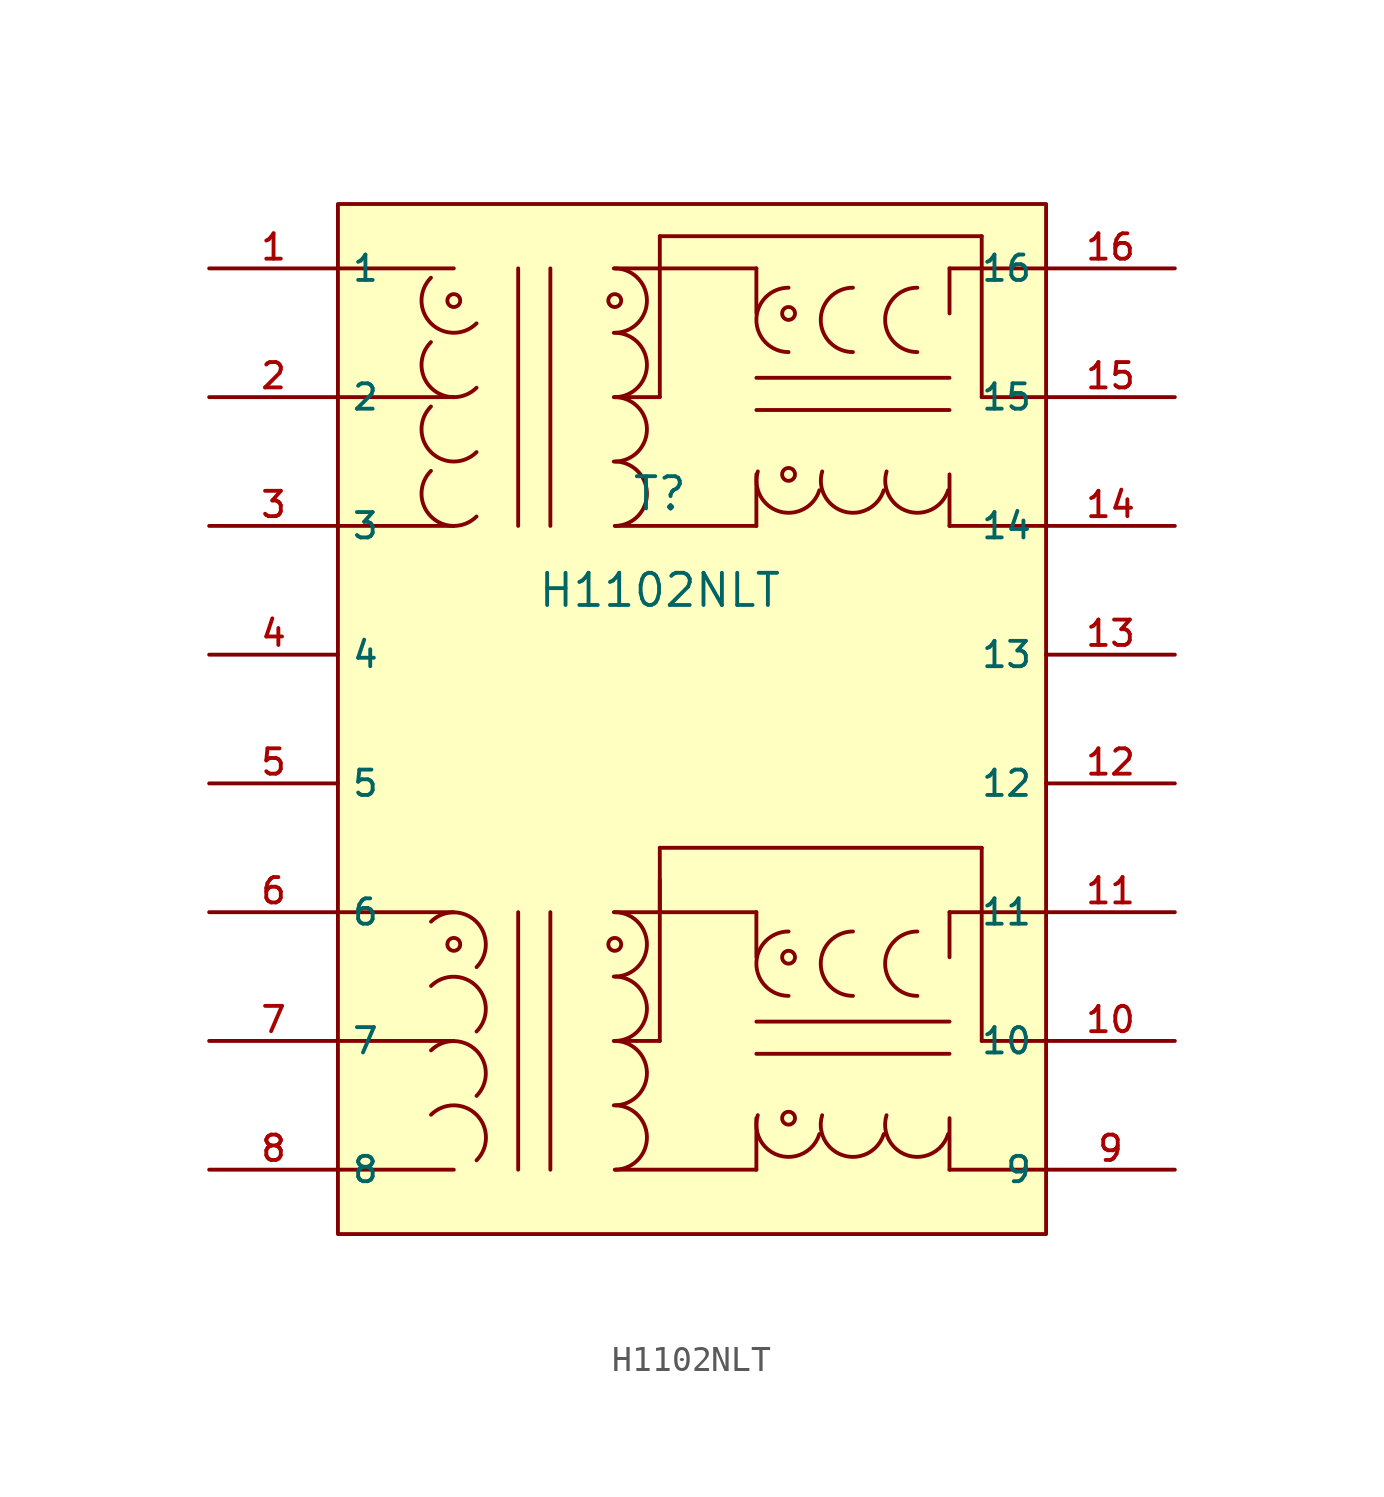
<source format=kicad_sym>
(kicad_symbol_lib
  (version 20210201)
  (generator TousstNicolas/JLC2KiCad_lib)
  (symbol "H1102NLT"
    (property "Reference" "T"
      (at 0 1.27 0)
      (effects (font (size 1.27 1.27))))
    (property "Value" "H1102NLT"
      (at 0 -2.54 0)
      (effects (font (size 1.27 1.27))))
    (symbol "H1102NLT_0_1"
      (polyline (pts (xy -12.7 -0.0) (xy -8.128 -0.0)) (stroke (width 0) (type default) (color 0 0 0 0)) (fill (type none)))
      (polyline (pts (xy -12.7 5.08) (xy -8.128 5.08)) (stroke (width 0) (type default) (color 0 0 0 0)) (fill (type none)))
      (polyline (pts (xy -12.7 10.16) (xy -8.128 10.16)) (stroke (width 0) (type default) (color 0 0 0 0)) (fill (type none)))
      (arc (start -7.22998884787078 -19.94806550823793) (mid -9.026043664194244 -19.94806550823793) (end -9.026043664194244 -18.15201069191447) (stroke (width 0) (type default) (color 0 0 0 0)) (fill (type none)))
      (arc (start -7.22998884787078 -22.488070588248092) (mid -9.026043664194244 -22.488070588248092) (end -9.026043664194244 -20.69201577192463) (stroke (width 0) (type default) (color 0 0 0 0)) (fill (type none)))
      (arc (start -7.22998884787078 -25.028075668258253) (mid -9.026043664194244 -25.028075668258253) (end -9.026043664194244 -23.232020851934788) (stroke (width 0) (type default) (color 0 0 0 0)) (fill (type none)))
      (arc (start -7.22998884787078 -17.408060428227774) (mid -9.026043664194244 -17.408060428227774) (end -9.026043664194244 -15.612005611904308) (stroke (width 0) (type default) (color 0 0 0 0)) (fill (type none)))
      (polyline (pts (xy -5.588 10.16) (xy -5.588 -0.0)) (stroke (width 0) (type default) (color 0 0 0 0)) (fill (type none)))
      (polyline (pts (xy -4.318 10.16) (xy -4.318 -0.0)) (stroke (width 0) (type default) (color 0 0 0 0)) (fill (type none)))
      (arc (start -1.7404843544124995 -20.319486286803624) (mid -3.0474516727767362 -19.087557193739382) (end -1.8155225965786201 -17.78058985947737) (stroke (width 0) (type default) (color 0 0 0 0)) (fill (type none)))
      (arc (start -1.7404843544124995 -22.859491366813785) (mid -3.0474516727767362 -21.627562273749543) (end -1.8155225965786201 -20.320594939487528) (stroke (width 0) (type default) (color 0 0 0 0)) (fill (type none)))
      (arc (start -1.7404843544124995 -25.399496446823946) (mid -3.0474516727767362 -24.1675673537597) (end -1.8155225965786201 -22.860600019497685) (stroke (width 0) (type default) (color 0 0 0 0)) (fill (type none)))
      (arc (start -1.7404843544124995 -17.779481206793466) (mid -3.0474516727767362 -16.54755211372922) (end -1.8155225965786201 -15.24058477946721) (stroke (width 0) (type default) (color 0 0 0 0)) (fill (type none)))
      (arc (start 10.16002032004064 -18.54203708407417) (mid 8.89001778003556 -17.27203454406909) (end 10.16002032004064 -16.00203200406401) (stroke (width 0) (type default) (color 0 0 0 0)) (fill (type none)))
      (arc (start 7.62001524003048 -18.54203708407417) (mid 6.350012700025401 -17.27203454406909) (end 7.62001524003048 -16.00203200406401) (stroke (width 0) (type default) (color 0 0 0 0)) (fill (type none)))
      (arc (start 5.08001016002032 -18.54203708407417) (mid 3.81000762001524 -17.27203454406909) (end 5.08001016002032 -16.00203200406401) (stroke (width 0) (type default) (color 0 0 0 0)) (fill (type none)))
      (arc (start 11.374326297640675 -23.994024991257117) (mid 9.788042572878016 -24.836353221694523) (end 8.945714342440606 -23.25006949693186) (stroke (width 0) (type default) (color 0 0 0 0)) (fill (type none)))
      (arc (start 8.834321217630515 -23.994024991257117) (mid 7.248037492867857 -24.836353221694523) (end 6.405709262430445 -23.25006949693186) (stroke (width 0) (type default) (color 0 0 0 0)) (fill (type none)))
      (arc (start 6.294316137620355 -23.994024991257117) (mid 4.708032412857697 -24.836353221694523) (end 3.8657041824202856 -23.25006949693186) (stroke (width 0) (type default) (color 0 0 0 0)) (fill (type none)))
      (polyline (pts (xy -1.778 10.16) (xy 3.81 10.16)) (stroke (width 0) (type default) (color 0 0 0 0)) (fill (type none)))
      (polyline (pts (xy 3.81 10.16) (xy 3.81 8.382)) (stroke (width 0) (type default) (color 0 0 0 0)) (fill (type none)))
      (polyline (pts (xy 3.81 -0.0) (xy -1.778 -0.0)) (stroke (width 0) (type default) (color 0 0 0 0)) (fill (type none)))
      (polyline (pts (xy 3.81 -0.0) (xy 3.81 2.032)) (stroke (width 0) (type default) (color 0 0 0 0)) (fill (type none)))
      (polyline (pts (xy 11.43 8.382) (xy 11.43 10.16)) (stroke (width 0) (type default) (color 0 0 0 0)) (fill (type none)))
      (polyline (pts (xy 11.43 2.032) (xy 11.43 -0.0)) (stroke (width 0) (type default) (color 0 0 0 0)) (fill (type none)))
      (polyline (pts (xy 3.81 4.572) (xy 11.43 4.572)) (stroke (width 0) (type default) (color 0 0 0 0)) (fill (type none)))
      (polyline (pts (xy 3.81 5.842) (xy 11.43 5.842)) (stroke (width 0) (type default) (color 0 0 0 0)) (fill (type none)))
      (polyline (pts (xy 12.7 5.08) (xy 12.7 11.43)) (stroke (width 0) (type default) (color 0 0 0 0)) (fill (type none)))
      (circle (center -8.128 8.89) (radius 0.254) (stroke (width 0) (type default) (color 0 0 0 0)) (fill (type background)))
      (circle (center -1.778 8.89) (radius 0.254) (stroke (width 0) (type default) (color 0 0 0 0)) (fill (type background)))
      (circle (center 5.08 8.382) (radius 0.254) (stroke (width 0) (type default) (color 0 0 0 0)) (fill (type background)))
      (polyline (pts (xy -1.778 5.08) (xy 0.0 5.08)) (stroke (width 0) (type default) (color 0 0 0 0)) (fill (type none)))
      (circle (center 5.08 2.032) (radius 0.254) (stroke (width 0) (type default) (color 0 0 0 0)) (fill (type background)))
      (polyline (pts (xy 0.0 5.08) (xy 0.0 11.43)) (stroke (width 0) (type default) (color 0 0 0 0)) (fill (type none)))
      (polyline (pts (xy 0.0 11.43) (xy 12.7 11.43)) (stroke (width 0) (type default) (color 0 0 0 0)) (fill (type none)))
      (polyline (pts (xy 11.43 10.16) (xy 15.24 10.16)) (stroke (width 0) (type default) (color 0 0 0 0)) (fill (type none)))
      (pin unspecified line (at 20.32 5.08 180) (length 5.08) (name "15" (effects (font (size 1 1)))) (number "15" (effects (font (size 1 1)))))
      (polyline (pts (xy 12.7 5.08) (xy 15.24 5.08)) (stroke (width 0) (type default) (color 0 0 0 0)) (fill (type none)))
      (pin unspecified line (at 20.32 10.16 180) (length 5.08) (name "16" (effects (font (size 1 1)))) (number "16" (effects (font (size 1 1)))))
      (pin unspecified line (at 20.32 -0.0 180) (length 5.08) (name "14" (effects (font (size 1 1)))) (number "14" (effects (font (size 1 1)))))
      (polyline (pts (xy 11.43 -0.0) (xy 15.24 -0.0)) (stroke (width 0) (type default) (color 0 0 0 0)) (fill (type none)))
      (polyline (pts (xy -12.7 -25.4) (xy -8.128 -25.4)) (stroke (width 0) (type default) (color 0 0 0 0)) (fill (type none)))
      (polyline (pts (xy -12.7 -20.32) (xy -8.128 -20.32)) (stroke (width 0) (type default) (color 0 0 0 0)) (fill (type none)))
      (polyline (pts (xy -12.7 -15.24) (xy -8.128 -15.24)) (stroke (width 0) (type default) (color 0 0 0 0)) (fill (type none)))
      (arc (start -7.22998884787078 5.451985291863669) (mid -9.026043664194244 5.451985291863669) (end -9.026043664194244 7.248040108187132) (stroke (width 0) (type default) (color 0 0 0 0)) (fill (type none)))
      (arc (start -7.22998884787078 2.9119802118535083) (mid -9.026043664194244 2.9119802118535083) (end -9.026043664194244 4.708035028176972) (stroke (width 0) (type default) (color 0 0 0 0)) (fill (type none)))
      (arc (start -7.22998884787078 0.3719751318433483) (mid -9.026043664194244 0.3719751318433483) (end -9.026043664194244 2.168029948166812) (stroke (width 0) (type default) (color 0 0 0 0)) (fill (type none)))
      (arc (start -7.22998884787078 7.991990371873829) (mid -9.026043664194244 7.991990371873829) (end -9.026043664194244 9.788045188197293) (stroke (width 0) (type default) (color 0 0 0 0)) (fill (type none)))
      (polyline (pts (xy -5.588 -15.24) (xy -5.588 -25.4)) (stroke (width 0) (type default) (color 0 0 0 0)) (fill (type none)))
      (polyline (pts (xy -4.318 -15.24) (xy -4.318 -25.4)) (stroke (width 0) (type default) (color 0 0 0 0)) (fill (type none)))
      (arc (start -1.7404843544124995 5.080564513297976) (mid -3.0474516727767362 6.312493606362218) (end -1.8155225965786201 7.619460940624233) (stroke (width 0) (type default) (color 0 0 0 0)) (fill (type none)))
      (arc (start -1.7404843544124995 2.5405594332878163) (mid -3.0474516727767362 3.7724885263520584) (end -1.8155225965786201 5.079455860614073) (stroke (width 0) (type default) (color 0 0 0 0)) (fill (type none)))
      (arc (start -1.7404843544124995 0.0005543532776551168) (mid -3.0474516727767362 1.2324834463418983) (end -1.8155225965786201 2.5394507806039126) (stroke (width 0) (type default) (color 0 0 0 0)) (fill (type none)))
      (arc (start -1.7404843544124995 7.6205695933081365) (mid -3.0474516727767362 8.852498686372382) (end -1.8155225965786201 10.159466020634396) (stroke (width 0) (type default) (color 0 0 0 0)) (fill (type none)))
      (arc (start 10.16002032004064 6.858013716027433) (mid 8.89001778003556 8.128016256032513) (end 10.16002032004064 9.398018796037592) (stroke (width 0) (type default) (color 0 0 0 0)) (fill (type none)))
      (arc (start 7.62001524003048 6.858013716027433) (mid 6.350012700025401 8.128016256032513) (end 7.62001524003048 9.398018796037592) (stroke (width 0) (type default) (color 0 0 0 0)) (fill (type none)))
      (arc (start 5.08001016002032 6.858013716027433) (mid 3.81000762001524 8.128016256032513) (end 5.08001016002032 9.398018796037592) (stroke (width 0) (type default) (color 0 0 0 0)) (fill (type none)))
      (arc (start 11.374326297640675 1.4060258088444846) (mid 9.788042572878016 0.5636975784070791) (end 8.945714342440606 2.1499813031697395) (stroke (width 0) (type default) (color 0 0 0 0)) (fill (type none)))
      (arc (start 8.834321217630515 1.4060258088444846) (mid 7.248037492867857 0.5636975784070791) (end 6.405709262430445 2.1499813031697395) (stroke (width 0) (type default) (color 0 0 0 0)) (fill (type none)))
      (arc (start 6.294316137620355 1.4060258088444846) (mid 4.708032412857697 0.5636975784070791) (end 3.8657041824202856 2.1499813031697395) (stroke (width 0) (type default) (color 0 0 0 0)) (fill (type none)))
      (polyline (pts (xy -1.778 -15.24) (xy 3.81 -15.24)) (stroke (width 0) (type default) (color 0 0 0 0)) (fill (type none)))
      (polyline (pts (xy 3.81 -15.24) (xy 3.81 -17.018)) (stroke (width 0) (type default) (color 0 0 0 0)) (fill (type none)))
      (polyline (pts (xy 3.81 -25.4) (xy -1.778 -25.4)) (stroke (width 0) (type default) (color 0 0 0 0)) (fill (type none)))
      (polyline (pts (xy 3.81 -25.4) (xy 3.81 -23.368)) (stroke (width 0) (type default) (color 0 0 0 0)) (fill (type none)))
      (polyline (pts (xy 11.43 -17.018) (xy 11.43 -15.24)) (stroke (width 0) (type default) (color 0 0 0 0)) (fill (type none)))
      (polyline (pts (xy 11.43 -23.368) (xy 11.43 -25.4)) (stroke (width 0) (type default) (color 0 0 0 0)) (fill (type none)))
      (polyline (pts (xy 3.81 -20.828) (xy 11.43 -20.828)) (stroke (width 0) (type default) (color 0 0 0 0)) (fill (type none)))
      (polyline (pts (xy 3.81 -19.558) (xy 11.43 -19.558)) (stroke (width 0) (type default) (color 0 0 0 0)) (fill (type none)))
      (polyline (pts (xy 12.7 -20.32) (xy 12.7 -12.7)) (stroke (width 0) (type default) (color 0 0 0 0)) (fill (type none)))
      (circle (center -8.128 -16.51) (radius 0.254) (stroke (width 0) (type default) (color 0 0 0 0)) (fill (type background)))
      (circle (center -1.778 -16.51) (radius 0.254) (stroke (width 0) (type default) (color 0 0 0 0)) (fill (type background)))
      (circle (center 5.08 -17.018) (radius 0.254) (stroke (width 0) (type default) (color 0 0 0 0)) (fill (type background)))
      (polyline (pts (xy -1.778 -20.32) (xy 0.0 -20.32)) (stroke (width 0) (type default) (color 0 0 0 0)) (fill (type none)))
      (circle (center 5.08 -23.368) (radius 0.254) (stroke (width 0) (type default) (color 0 0 0 0)) (fill (type background)))
      (polyline (pts (xy 0.0 -20.32) (xy 0.0 -13.97)) (stroke (width 0) (type default) (color 0 0 0 0)) (fill (type none)))
      (polyline (pts (xy 0.0 -12.7) (xy 12.7 -12.7)) (stroke (width 0) (type default) (color 0 0 0 0)) (fill (type none)))
      (polyline (pts (xy 11.43 -15.24) (xy 15.24 -15.24)) (stroke (width 0) (type default) (color 0 0 0 0)) (fill (type none)))
      (pin unspecified line (at 20.32 -20.32 180) (length 5.08) (name "10" (effects (font (size 1 1)))) (number "10" (effects (font (size 1 1)))))
      (polyline (pts (xy 12.7 -20.32) (xy 15.24 -20.32)) (stroke (width 0) (type default) (color 0 0 0 0)) (fill (type none)))
      (pin unspecified line (at 20.32 -25.4 180) (length 5.08) (name "9" (effects (font (size 1 1)))) (number "9" (effects (font (size 1 1)))))
      (polyline (pts (xy 11.43 -25.4) (xy 15.24 -25.4)) (stroke (width 0) (type default) (color 0 0 0 0)) (fill (type none)))
      (pin unspecified line (at 20.32 -5.08 180) (length 5.08) (name "13" (effects (font (size 1 1)))) (number "13" (effects (font (size 1 1)))))
      (pin unspecified line (at -17.78 -20.32 0) (length 5.08) (name "7" (effects (font (size 1 1)))) (number "7" (effects (font (size 1 1)))))
      (pin unspecified line (at -17.78 -25.4 0) (length 5.08) (name "8" (effects (font (size 1 1)))) (number "8" (effects (font (size 1 1)))))
      (pin unspecified line (at -17.78 -15.24 0) (length 5.08) (name "6" (effects (font (size 1 1)))) (number "6" (effects (font (size 1 1)))))
      (pin unspecified line (at -17.78 5.08 0) (length 5.08) (name "2" (effects (font (size 1 1)))) (number "2" (effects (font (size 1 1)))))
      (pin unspecified line (at -17.78 10.16 0) (length 5.08) (name "1" (effects (font (size 1 1)))) (number "1" (effects (font (size 1 1)))))
      (pin unspecified line (at -17.78 -0.0 0) (length 5.08) (name "3" (effects (font (size 1 1)))) (number "3" (effects (font (size 1 1)))))
      (rectangle (start -12.7 12.7) (end 15.24 -27.94) (stroke (width 0) (type default) (color 0 0 0 0)) (fill (type background)))
      (polyline (pts (xy 0.0 -12.7) (xy 0.0 -15.24)) (stroke (width 0) (type default) (color 0 0 0 0)) (fill (type none)))
      (pin unspecified line (at -17.78 -5.08 0) (length 5.08) (name "4" (effects (font (size 1 1)))) (number "4" (effects (font (size 1 1)))))
      (pin unspecified line (at -17.78 -10.16 0) (length 5.08) (name "5" (effects (font (size 1 1)))) (number "5" (effects (font (size 1 1)))))
      (pin unspecified line (at 20.32 -10.16 180) (length 5.08) (name "12" (effects (font (size 1 1)))) (number "12" (effects (font (size 1 1)))))
      (pin unspecified line (at 20.32 -15.24 180) (length 5.08) (name "11" (effects (font (size 1 1)))) (number "11" (effects (font (size 1 1))))))))
</source>
